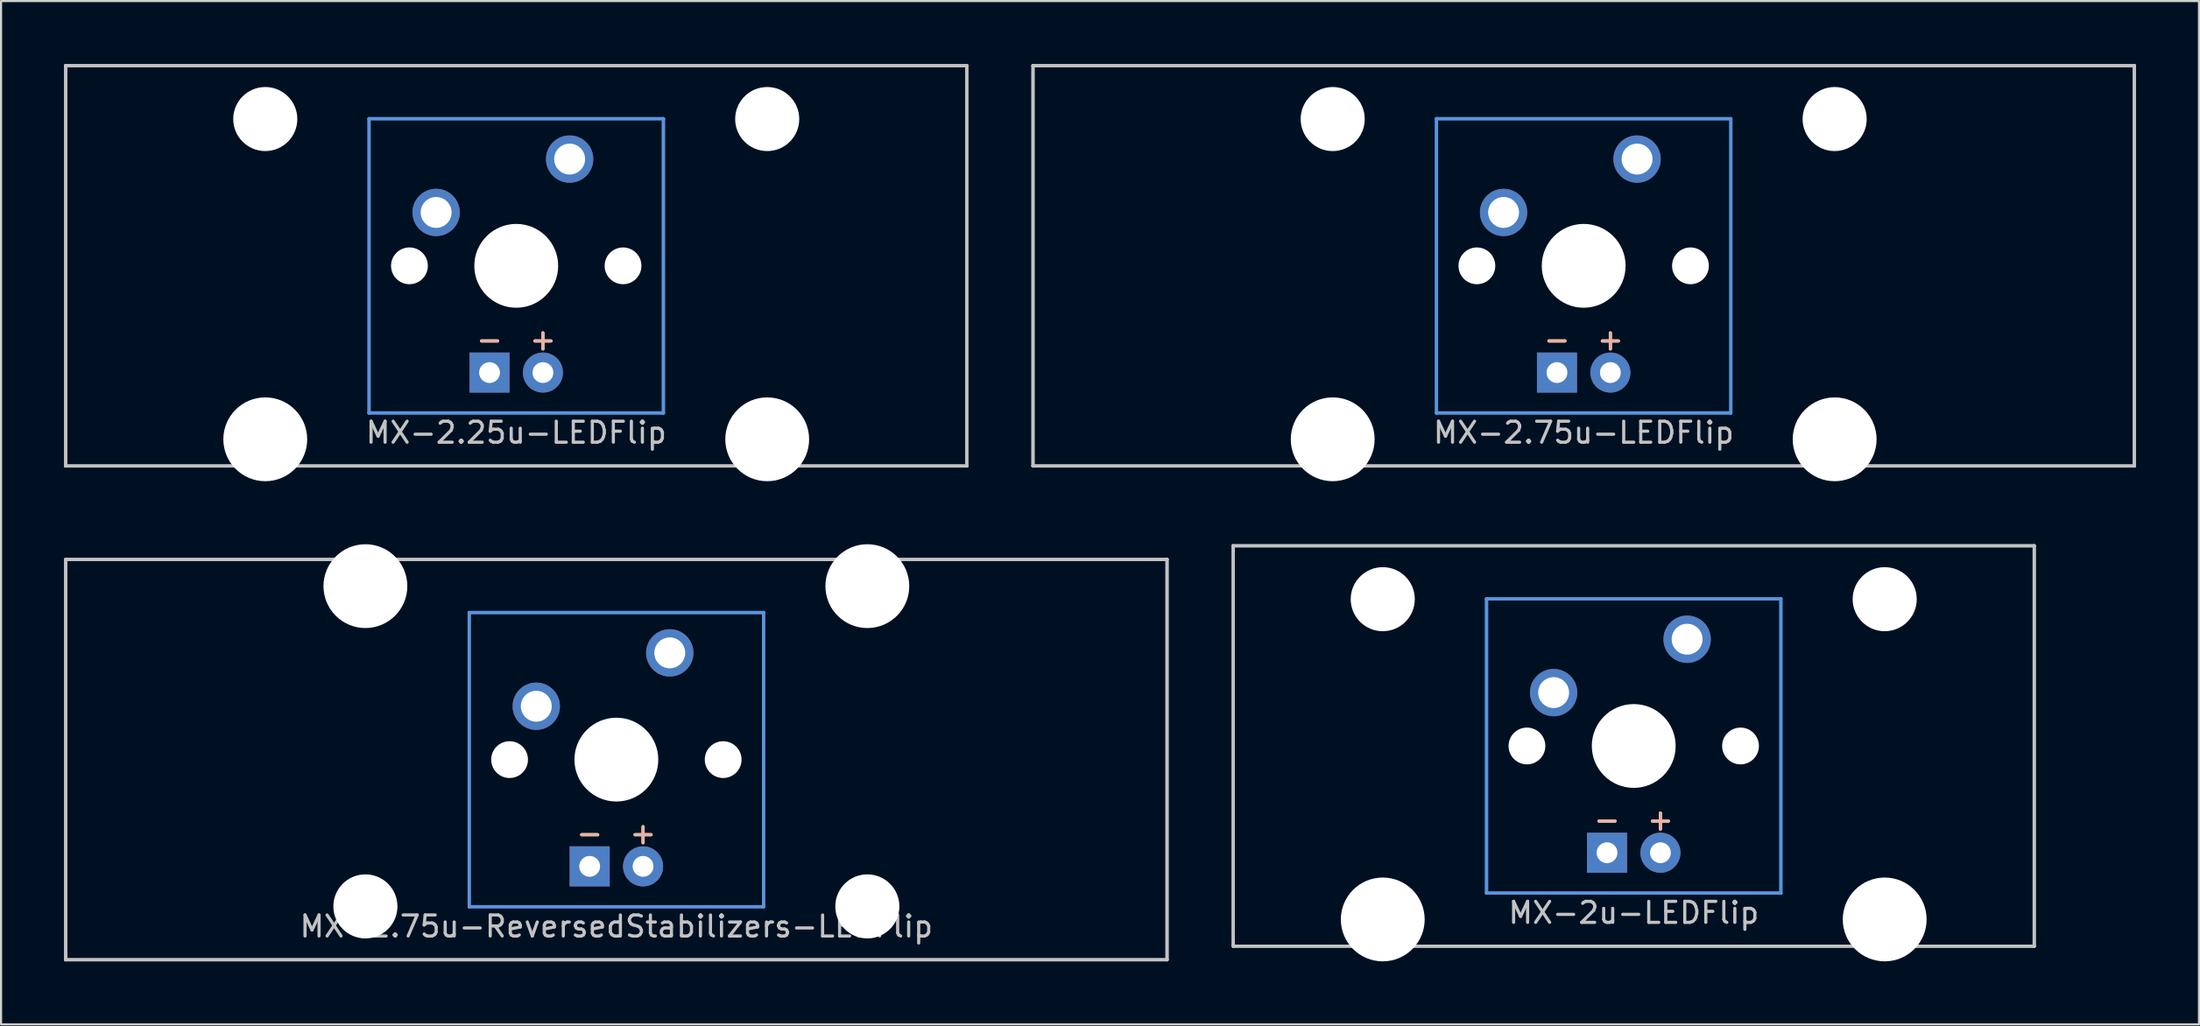
<source format=kicad_pcb>
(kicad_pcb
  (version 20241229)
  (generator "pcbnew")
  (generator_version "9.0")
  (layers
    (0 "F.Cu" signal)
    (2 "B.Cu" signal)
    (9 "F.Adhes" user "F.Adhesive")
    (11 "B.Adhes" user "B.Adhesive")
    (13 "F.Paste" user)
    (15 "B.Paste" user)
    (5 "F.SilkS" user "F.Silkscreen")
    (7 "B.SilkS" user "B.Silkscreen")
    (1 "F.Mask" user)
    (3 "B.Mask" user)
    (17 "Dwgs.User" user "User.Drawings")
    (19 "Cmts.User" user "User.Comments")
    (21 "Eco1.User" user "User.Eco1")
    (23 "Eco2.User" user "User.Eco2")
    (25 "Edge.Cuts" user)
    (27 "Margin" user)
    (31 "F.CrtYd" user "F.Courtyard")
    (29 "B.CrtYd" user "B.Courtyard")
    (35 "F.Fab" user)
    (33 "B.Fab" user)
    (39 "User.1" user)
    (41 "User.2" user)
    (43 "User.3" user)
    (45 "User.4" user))
  (footprint "MX-2.75u-ReversedStabilizers-LEDFlip"
    (layer "F.Cu")
    (at 26.269 33.098)
    (property "Reference" "MX-2.75u-ReversedStabilizers-LEDFlip" (at 0 7.938 0) (layer "Dwgs.User") (effects (font (size 1 1) (thickness 0.15))))
    (attr through_hole)
    (fp_line (start -26.194 -9.525) (end -26.194 -9.525) (stroke (width 0.15) (type solid)) (layer "Dwgs.User"))
    (fp_line (start -26.194 -9.525) (end -26.194 -9.525) (stroke (width 0.15) (type solid)) (layer "Dwgs.User"))
    (fp_line (start -26.194 -9.525) (end -26.194 9.525) (stroke (width 0.15) (type solid)) (layer "Dwgs.User"))
    (fp_line (start -26.194 -9.525) (end 26.194 -9.525) (stroke (width 0.15) (type solid)) (layer "Dwgs.User"))
    (fp_line (start -26.194 9.525) (end -26.194 -9.525) (stroke (width 0.15) (type solid)) (layer "Dwgs.User"))
    (fp_line (start -26.194 9.525) (end -26.194 9.525) (stroke (width 0.15) (type solid)) (layer "Dwgs.User"))
    (fp_line (start -26.194 9.525) (end -26.194 9.525) (stroke (width 0.15) (type solid)) (layer "Dwgs.User"))
    (fp_line (start -26.194 9.525) (end 26.194 9.525) (stroke (width 0.15) (type solid)) (layer "Dwgs.User"))
    (fp_line (start 26.194 -9.525) (end -26.194 -9.525) (stroke (width 0.15) (type solid)) (layer "Dwgs.User"))
    (fp_line (start 26.194 -9.525) (end 26.194 -9.525) (stroke (width 0.15) (type solid)) (layer "Dwgs.User"))
    (fp_line (start 26.194 -9.525) (end 26.194 -9.525) (stroke (width 0.15) (type solid)) (layer "Dwgs.User"))
    (fp_line (start 26.194 -9.525) (end 26.194 9.525) (stroke (width 0.15) (type solid)) (layer "Dwgs.User"))
    (fp_line (start 26.194 9.525) (end -26.194 9.525) (stroke (width 0.15) (type solid)) (layer "Dwgs.User"))
    (fp_line (start 26.194 9.525) (end 26.194 -9.525) (stroke (width 0.15) (type solid)) (layer "Dwgs.User"))
    (fp_line (start 26.194 9.525) (end 26.194 9.525) (stroke (width 0.15) (type solid)) (layer "Dwgs.User"))
    (fp_line (start 26.194 9.525) (end 26.194 9.525) (stroke (width 0.15) (type solid)) (layer "Dwgs.User"))
    (fp_line (start -7 -7) (end -7 -7) (stroke (width 0.15) (type solid)) (layer "Cmts.User"))
    (fp_line (start -7 -7) (end -7 -7) (stroke (width 0.15) (type solid)) (layer "Cmts.User"))
    (fp_line (start -7 -7) (end -7 7) (stroke (width 0.15) (type solid)) (layer "Cmts.User"))
    (fp_line (start -7 -7) (end 7 -7) (stroke (width 0.15) (type solid)) (layer "Cmts.User"))
    (fp_line (start -7 7) (end -7 -7) (stroke (width 0.15) (type solid)) (layer "Cmts.User"))
    (fp_line (start -7 7) (end -7 7) (stroke (width 0.15) (type solid)) (layer "Cmts.User"))
    (fp_line (start -7 7) (end -7 7) (stroke (width 0.15) (type solid)) (layer "Cmts.User"))
    (fp_line (start -7 7) (end 7 7) (stroke (width 0.15) (type solid)) (layer "Cmts.User"))
    (fp_line (start 7 -7) (end -7 -7) (stroke (width 0.15) (type solid)) (layer "Cmts.User"))
    (fp_line (start 7 -7) (end 7 -7) (stroke (width 0.15) (type solid)) (layer "Cmts.User"))
    (fp_line (start 7 -7) (end 7 -7) (stroke (width 0.15) (type solid)) (layer "Cmts.User"))
    (fp_line (start 7 -7) (end 7 7) (stroke (width 0.15) (type solid)) (layer "Cmts.User"))
    (fp_line (start 7 7) (end -7 7) (stroke (width 0.15) (type solid)) (layer "Cmts.User"))
    (fp_line (start 7 7) (end 7 -7) (stroke (width 0.15) (type solid)) (layer "Cmts.User"))
    (fp_line (start 7 7) (end 7 7) (stroke (width 0.15) (type solid)) (layer "Cmts.User"))
    (fp_line (start 7 7) (end 7 7) (stroke (width 0.15) (type solid)) (layer "Cmts.User"))
    (fp_text user "+" (at 1.27 3.5 0) (layer "F.SilkS") (effects (font (size 1 1) (thickness 0.15))))
    (fp_text user "-" (at -1.27 3.5 0) (layer "F.SilkS") (effects (font (size 1 1) (thickness 0.15))))
    (fp_text user "+" (at 1.27 3.5 0) (layer "B.SilkS") (effects (font (size 1 1) (thickness 0.15))))
    (fp_text user "-" (at -1.27 3.5 0) (layer "B.SilkS") (effects (font (size 1 1) (thickness 0.15))))
    (pad "" np_thru_hole circle (at -11.938 -8.255) (size 3.988 3.988) (drill 3.988) (layers "*.Cu" "*.Mask"))
    (pad "" np_thru_hole circle (at -11.938 6.985) (size 3.048 3.048) (drill 3.048) (layers "*.Cu" "*.Mask"))
    (pad "" np_thru_hole circle (at -5.08 0) (size 1.75 1.75) (drill 1.75) (layers "*.Cu" "*.Mask"))
    (pad "" np_thru_hole circle (at 0 0) (size 3.988 3.988) (drill 3.988) (layers "*.Cu" "*.Mask"))
    (pad "" np_thru_hole circle (at 5.08 0) (size 1.75 1.75) (drill 1.75) (layers "*.Cu" "*.Mask"))
    (pad "" np_thru_hole circle (at 11.938 -8.255) (size 3.988 3.988) (drill 3.988) (layers "*.Cu" "*.Mask"))
    (pad "" np_thru_hole circle (at 11.938 6.985) (size 3.048 3.048) (drill 3.048) (layers "*.Cu" "*.Mask"))
    (pad "1" thru_hole circle (at -3.81 -2.54) (size 2.25 2.25) (drill 1.47) (layers "*.Cu" "*.Mask"))
    (pad "2" thru_hole circle (at 2.54 -5.08) (size 2.25 2.25) (drill 1.47) (layers "*.Cu" "*.Mask"))
    (pad "3" thru_hole circle (at 1.27 5.08) (size 1.905 1.905) (drill 0.991) (layers "*.Cu" "*.Mask"))
    (pad "4" thru_hole rect (at -1.27 5.08) (size 1.905 1.905) (drill 0.991) (layers "*.Cu" "*.Mask")))
  (footprint "MX-2.75u-LEDFlip"
    (layer "F.Cu")
    (at 72.281 9.6)
    (property "Reference" "MX-2.75u-LEDFlip" (at 0 7.938 0) (layer "Dwgs.User") (effects (font (size 1 1) (thickness 0.15))))
    (attr through_hole)
    (fp_line (start -26.194 -9.525) (end -26.194 -9.525) (stroke (width 0.15) (type solid)) (layer "Dwgs.User"))
    (fp_line (start -26.194 -9.525) (end -26.194 -9.525) (stroke (width 0.15) (type solid)) (layer "Dwgs.User"))
    (fp_line (start -26.194 -9.525) (end -26.194 9.525) (stroke (width 0.15) (type solid)) (layer "Dwgs.User"))
    (fp_line (start -26.194 -9.525) (end 26.194 -9.525) (stroke (width 0.15) (type solid)) (layer "Dwgs.User"))
    (fp_line (start -26.194 9.525) (end -26.194 -9.525) (stroke (width 0.15) (type solid)) (layer "Dwgs.User"))
    (fp_line (start -26.194 9.525) (end -26.194 9.525) (stroke (width 0.15) (type solid)) (layer "Dwgs.User"))
    (fp_line (start -26.194 9.525) (end -26.194 9.525) (stroke (width 0.15) (type solid)) (layer "Dwgs.User"))
    (fp_line (start -26.194 9.525) (end 26.194 9.525) (stroke (width 0.15) (type solid)) (layer "Dwgs.User"))
    (fp_line (start 26.194 -9.525) (end -26.194 -9.525) (stroke (width 0.15) (type solid)) (layer "Dwgs.User"))
    (fp_line (start 26.194 -9.525) (end 26.194 -9.525) (stroke (width 0.15) (type solid)) (layer "Dwgs.User"))
    (fp_line (start 26.194 -9.525) (end 26.194 -9.525) (stroke (width 0.15) (type solid)) (layer "Dwgs.User"))
    (fp_line (start 26.194 -9.525) (end 26.194 9.525) (stroke (width 0.15) (type solid)) (layer "Dwgs.User"))
    (fp_line (start 26.194 9.525) (end -26.194 9.525) (stroke (width 0.15) (type solid)) (layer "Dwgs.User"))
    (fp_line (start 26.194 9.525) (end 26.194 -9.525) (stroke (width 0.15) (type solid)) (layer "Dwgs.User"))
    (fp_line (start 26.194 9.525) (end 26.194 9.525) (stroke (width 0.15) (type solid)) (layer "Dwgs.User"))
    (fp_line (start 26.194 9.525) (end 26.194 9.525) (stroke (width 0.15) (type solid)) (layer "Dwgs.User"))
    (fp_line (start -7 -7) (end -7 -7) (stroke (width 0.15) (type solid)) (layer "Cmts.User"))
    (fp_line (start -7 -7) (end -7 -7) (stroke (width 0.15) (type solid)) (layer "Cmts.User"))
    (fp_line (start -7 -7) (end -7 7) (stroke (width 0.15) (type solid)) (layer "Cmts.User"))
    (fp_line (start -7 -7) (end 7 -7) (stroke (width 0.15) (type solid)) (layer "Cmts.User"))
    (fp_line (start -7 7) (end -7 -7) (stroke (width 0.15) (type solid)) (layer "Cmts.User"))
    (fp_line (start -7 7) (end -7 7) (stroke (width 0.15) (type solid)) (layer "Cmts.User"))
    (fp_line (start -7 7) (end -7 7) (stroke (width 0.15) (type solid)) (layer "Cmts.User"))
    (fp_line (start -7 7) (end 7 7) (stroke (width 0.15) (type solid)) (layer "Cmts.User"))
    (fp_line (start 7 -7) (end -7 -7) (stroke (width 0.15) (type solid)) (layer "Cmts.User"))
    (fp_line (start 7 -7) (end 7 -7) (stroke (width 0.15) (type solid)) (layer "Cmts.User"))
    (fp_line (start 7 -7) (end 7 -7) (stroke (width 0.15) (type solid)) (layer "Cmts.User"))
    (fp_line (start 7 -7) (end 7 7) (stroke (width 0.15) (type solid)) (layer "Cmts.User"))
    (fp_line (start 7 7) (end -7 7) (stroke (width 0.15) (type solid)) (layer "Cmts.User"))
    (fp_line (start 7 7) (end 7 -7) (stroke (width 0.15) (type solid)) (layer "Cmts.User"))
    (fp_line (start 7 7) (end 7 7) (stroke (width 0.15) (type solid)) (layer "Cmts.User"))
    (fp_line (start 7 7) (end 7 7) (stroke (width 0.15) (type solid)) (layer "Cmts.User"))
    (fp_text user "-" (at -1.27 3.5 0) (layer "F.SilkS") (effects (font (size 1 1) (thickness 0.15))))
    (fp_text user "+" (at 1.27 3.5 0) (layer "F.SilkS") (effects (font (size 1 1) (thickness 0.15))))
    (fp_text user "+" (at 1.27 3.5 0) (layer "B.SilkS") (effects (font (size 1 1) (thickness 0.15))))
    (fp_text user "-" (at -1.27 3.5 0) (layer "B.SilkS") (effects (font (size 1 1) (thickness 0.15))))
    (pad "" np_thru_hole circle (at -11.938 -6.985) (size 3.048 3.048) (drill 3.048) (layers "*.Cu" "*.Mask"))
    (pad "" np_thru_hole circle (at -11.938 8.255) (size 3.988 3.988) (drill 3.988) (layers "*.Cu" "*.Mask"))
    (pad "" np_thru_hole circle (at -5.08 0) (size 1.75 1.75) (drill 1.75) (layers "*.Cu" "*.Mask"))
    (pad "" np_thru_hole circle (at 0 0) (size 3.988 3.988) (drill 3.988) (layers "*.Cu" "*.Mask"))
    (pad "" np_thru_hole circle (at 5.08 0) (size 1.75 1.75) (drill 1.75) (layers "*.Cu" "*.Mask"))
    (pad "" np_thru_hole circle (at 11.938 -6.985) (size 3.048 3.048) (drill 3.048) (layers "*.Cu" "*.Mask"))
    (pad "" np_thru_hole circle (at 11.938 8.255) (size 3.988 3.988) (drill 3.988) (layers "*.Cu" "*.Mask"))
    (pad "1" thru_hole circle (at -3.81 -2.54) (size 2.25 2.25) (drill 1.47) (layers "*.Cu" "*.Mask"))
    (pad "2" thru_hole circle (at 2.54 -5.08) (size 2.25 2.25) (drill 1.47) (layers "*.Cu" "*.Mask"))
    (pad "3" thru_hole circle (at 1.27 5.08) (size 1.905 1.905) (drill 0.991) (layers "*.Cu" "*.Mask"))
    (pad "4" thru_hole rect (at -1.27 5.08) (size 1.905 1.905) (drill 0.991) (layers "*.Cu" "*.Mask")))
  (footprint "MX-2.25u-LEDFlip"
    (layer "F.Cu")
    (at 21.506 9.6)
    (property "Reference" "MX-2.25u-LEDFlip" (at 0 7.938 0) (layer "Dwgs.User") (effects (font (size 1 1) (thickness 0.15))))
    (attr through_hole)
    (fp_line (start -21.431 -9.525) (end -21.431 -9.525) (stroke (width 0.15) (type solid)) (layer "Dwgs.User"))
    (fp_line (start -21.431 -9.525) (end -21.431 -9.525) (stroke (width 0.15) (type solid)) (layer "Dwgs.User"))
    (fp_line (start -21.431 -9.525) (end -21.431 9.525) (stroke (width 0.15) (type solid)) (layer "Dwgs.User"))
    (fp_line (start -21.431 -9.525) (end 21.431 -9.525) (stroke (width 0.15) (type solid)) (layer "Dwgs.User"))
    (fp_line (start -21.431 9.525) (end -21.431 -9.525) (stroke (width 0.15) (type solid)) (layer "Dwgs.User"))
    (fp_line (start -21.431 9.525) (end -21.431 9.525) (stroke (width 0.15) (type solid)) (layer "Dwgs.User"))
    (fp_line (start -21.431 9.525) (end -21.431 9.525) (stroke (width 0.15) (type solid)) (layer "Dwgs.User"))
    (fp_line (start -21.431 9.525) (end 21.431 9.525) (stroke (width 0.15) (type solid)) (layer "Dwgs.User"))
    (fp_line (start 21.431 -9.525) (end -21.431 -9.525) (stroke (width 0.15) (type solid)) (layer "Dwgs.User"))
    (fp_line (start 21.431 -9.525) (end 21.431 -9.525) (stroke (width 0.15) (type solid)) (layer "Dwgs.User"))
    (fp_line (start 21.431 -9.525) (end 21.431 -9.525) (stroke (width 0.15) (type solid)) (layer "Dwgs.User"))
    (fp_line (start 21.431 -9.525) (end 21.431 9.525) (stroke (width 0.15) (type solid)) (layer "Dwgs.User"))
    (fp_line (start 21.431 9.525) (end -21.431 9.525) (stroke (width 0.15) (type solid)) (layer "Dwgs.User"))
    (fp_line (start 21.431 9.525) (end 21.431 -9.525) (stroke (width 0.15) (type solid)) (layer "Dwgs.User"))
    (fp_line (start 21.431 9.525) (end 21.431 9.525) (stroke (width 0.15) (type solid)) (layer "Dwgs.User"))
    (fp_line (start 21.431 9.525) (end 21.431 9.525) (stroke (width 0.15) (type solid)) (layer "Dwgs.User"))
    (fp_line (start -7 -7) (end -7 -7) (stroke (width 0.15) (type solid)) (layer "Cmts.User"))
    (fp_line (start -7 -7) (end -7 -7) (stroke (width 0.15) (type solid)) (layer "Cmts.User"))
    (fp_line (start -7 -7) (end -7 7) (stroke (width 0.15) (type solid)) (layer "Cmts.User"))
    (fp_line (start -7 -7) (end 7 -7) (stroke (width 0.15) (type solid)) (layer "Cmts.User"))
    (fp_line (start -7 7) (end -7 -7) (stroke (width 0.15) (type solid)) (layer "Cmts.User"))
    (fp_line (start -7 7) (end -7 7) (stroke (width 0.15) (type solid)) (layer "Cmts.User"))
    (fp_line (start -7 7) (end -7 7) (stroke (width 0.15) (type solid)) (layer "Cmts.User"))
    (fp_line (start -7 7) (end 7 7) (stroke (width 0.15) (type solid)) (layer "Cmts.User"))
    (fp_line (start 7 -7) (end -7 -7) (stroke (width 0.15) (type solid)) (layer "Cmts.User"))
    (fp_line (start 7 -7) (end 7 -7) (stroke (width 0.15) (type solid)) (layer "Cmts.User"))
    (fp_line (start 7 -7) (end 7 -7) (stroke (width 0.15) (type solid)) (layer "Cmts.User"))
    (fp_line (start 7 -7) (end 7 7) (stroke (width 0.15) (type solid)) (layer "Cmts.User"))
    (fp_line (start 7 7) (end -7 7) (stroke (width 0.15) (type solid)) (layer "Cmts.User"))
    (fp_line (start 7 7) (end 7 -7) (stroke (width 0.15) (type solid)) (layer "Cmts.User"))
    (fp_line (start 7 7) (end 7 7) (stroke (width 0.15) (type solid)) (layer "Cmts.User"))
    (fp_line (start 7 7) (end 7 7) (stroke (width 0.15) (type solid)) (layer "Cmts.User"))
    (fp_text user "+" (at 1.27 3.5 0) (layer "F.SilkS") (effects (font (size 1 1) (thickness 0.15))))
    (fp_text user "-" (at -1.27 3.5 0) (layer "F.SilkS") (effects (font (size 1 1) (thickness 0.15))))
    (fp_text user "-" (at -1.27 3.5 0) (layer "B.SilkS") (effects (font (size 1 1) (thickness 0.15))))
    (fp_text user "+" (at 1.27 3.5 0) (layer "B.SilkS") (effects (font (size 1 1) (thickness 0.15))))
    (pad "" np_thru_hole circle (at -11.938 -6.985) (size 3.048 3.048) (drill 3.048) (layers "*.Cu" "*.Mask"))
    (pad "" np_thru_hole circle (at -11.938 8.255) (size 3.988 3.988) (drill 3.988) (layers "*.Cu" "*.Mask"))
    (pad "" np_thru_hole circle (at -5.08 0) (size 1.75 1.75) (drill 1.75) (layers "*.Cu" "*.Mask"))
    (pad "" np_thru_hole circle (at 0 0) (size 3.988 3.988) (drill 3.988) (layers "*.Cu" "*.Mask"))
    (pad "" np_thru_hole circle (at 5.08 0) (size 1.75 1.75) (drill 1.75) (layers "*.Cu" "*.Mask"))
    (pad "" np_thru_hole circle (at 11.938 -6.985) (size 3.048 3.048) (drill 3.048) (layers "*.Cu" "*.Mask"))
    (pad "" np_thru_hole circle (at 11.938 8.255) (size 3.988 3.988) (drill 3.988) (layers "*.Cu" "*.Mask"))
    (pad "1" thru_hole circle (at -3.81 -2.54) (size 2.25 2.25) (drill 1.47) (layers "*.Cu" "*.Mask"))
    (pad "2" thru_hole circle (at 2.54 -5.08) (size 2.25 2.25) (drill 1.47) (layers "*.Cu" "*.Mask"))
    (pad "3" thru_hole circle (at 1.27 5.08) (size 1.905 1.905) (drill 0.991) (layers "*.Cu" "*.Mask"))
    (pad "4" thru_hole rect (at -1.27 5.08) (size 1.905 1.905) (drill 0.991) (layers "*.Cu" "*.Mask")))
  (footprint "MX-2u-LEDFlip"
    (layer "F.Cu")
    (at 74.662 32.449)
    (property "Reference" "MX-2u-LEDFlip" (at 0 7.938 0) (layer "Dwgs.User") (effects (font (size 1 1) (thickness 0.15))))
    (attr through_hole)
    (fp_line (start -19.05 -9.525) (end -19.05 -9.525) (stroke (width 0.15) (type solid)) (layer "Dwgs.User"))
    (fp_line (start -19.05 -9.525) (end -19.05 -9.525) (stroke (width 0.15) (type solid)) (layer "Dwgs.User"))
    (fp_line (start -19.05 -9.525) (end -19.05 9.525) (stroke (width 0.15) (type solid)) (layer "Dwgs.User"))
    (fp_line (start -19.05 -9.525) (end 19.05 -9.525) (stroke (width 0.15) (type solid)) (layer "Dwgs.User"))
    (fp_line (start -19.05 9.525) (end -19.05 -9.525) (stroke (width 0.15) (type solid)) (layer "Dwgs.User"))
    (fp_line (start -19.05 9.525) (end -19.05 9.525) (stroke (width 0.15) (type solid)) (layer "Dwgs.User"))
    (fp_line (start -19.05 9.525) (end -19.05 9.525) (stroke (width 0.15) (type solid)) (layer "Dwgs.User"))
    (fp_line (start -19.05 9.525) (end 19.05 9.525) (stroke (width 0.15) (type solid)) (layer "Dwgs.User"))
    (fp_line (start 19.05 -9.525) (end -19.05 -9.525) (stroke (width 0.15) (type solid)) (layer "Dwgs.User"))
    (fp_line (start 19.05 -9.525) (end 19.05 -9.525) (stroke (width 0.15) (type solid)) (layer "Dwgs.User"))
    (fp_line (start 19.05 -9.525) (end 19.05 -9.525) (stroke (width 0.15) (type solid)) (layer "Dwgs.User"))
    (fp_line (start 19.05 -9.525) (end 19.05 9.525) (stroke (width 0.15) (type solid)) (layer "Dwgs.User"))
    (fp_line (start 19.05 9.525) (end -19.05 9.525) (stroke (width 0.15) (type solid)) (layer "Dwgs.User"))
    (fp_line (start 19.05 9.525) (end 19.05 -9.525) (stroke (width 0.15) (type solid)) (layer "Dwgs.User"))
    (fp_line (start 19.05 9.525) (end 19.05 9.525) (stroke (width 0.15) (type solid)) (layer "Dwgs.User"))
    (fp_line (start 19.05 9.525) (end 19.05 9.525) (stroke (width 0.15) (type solid)) (layer "Dwgs.User"))
    (fp_line (start -7 -7) (end -7 -7) (stroke (width 0.15) (type solid)) (layer "Cmts.User"))
    (fp_line (start -7 -7) (end -7 -7) (stroke (width 0.15) (type solid)) (layer "Cmts.User"))
    (fp_line (start -7 -7) (end -7 7) (stroke (width 0.15) (type solid)) (layer "Cmts.User"))
    (fp_line (start -7 -7) (end 7 -7) (stroke (width 0.15) (type solid)) (layer "Cmts.User"))
    (fp_line (start -7 7) (end -7 -7) (stroke (width 0.15) (type solid)) (layer "Cmts.User"))
    (fp_line (start -7 7) (end -7 7) (stroke (width 0.15) (type solid)) (layer "Cmts.User"))
    (fp_line (start -7 7) (end -7 7) (stroke (width 0.15) (type solid)) (layer "Cmts.User"))
    (fp_line (start -7 7) (end 7 7) (stroke (width 0.15) (type solid)) (layer "Cmts.User"))
    (fp_line (start 7 -7) (end -7 -7) (stroke (width 0.15) (type solid)) (layer "Cmts.User"))
    (fp_line (start 7 -7) (end 7 -7) (stroke (width 0.15) (type solid)) (layer "Cmts.User"))
    (fp_line (start 7 -7) (end 7 -7) (stroke (width 0.15) (type solid)) (layer "Cmts.User"))
    (fp_line (start 7 -7) (end 7 7) (stroke (width 0.15) (type solid)) (layer "Cmts.User"))
    (fp_line (start 7 7) (end -7 7) (stroke (width 0.15) (type solid)) (layer "Cmts.User"))
    (fp_line (start 7 7) (end 7 -7) (stroke (width 0.15) (type solid)) (layer "Cmts.User"))
    (fp_line (start 7 7) (end 7 7) (stroke (width 0.15) (type solid)) (layer "Cmts.User"))
    (fp_line (start 7 7) (end 7 7) (stroke (width 0.15) (type solid)) (layer "Cmts.User"))
    (fp_text user "-" (at -1.27 3.5 0) (layer "F.SilkS") (effects (font (size 1 1) (thickness 0.15))))
    (fp_text user "+" (at 1.27 3.5 0) (layer "F.SilkS") (effects (font (size 1 1) (thickness 0.15))))
    (fp_text user "+" (at 1.27 3.5 0) (layer "B.SilkS") (effects (font (size 1 1) (thickness 0.15))))
    (fp_text user "-" (at -1.27 3.5 0) (layer "B.SilkS") (effects (font (size 1 1) (thickness 0.15))))
    (pad "" np_thru_hole circle (at -11.938 -6.985) (size 3.048 3.048) (drill 3.048) (layers "*.Cu" "*.Mask"))
    (pad "" np_thru_hole circle (at -11.938 8.255) (size 3.988 3.988) (drill 3.988) (layers "*.Cu" "*.Mask"))
    (pad "" np_thru_hole circle (at -5.08 0) (size 1.75 1.75) (drill 1.75) (layers "*.Cu" "*.Mask"))
    (pad "" np_thru_hole circle (at 0 0) (size 3.988 3.988) (drill 3.988) (layers "*.Cu" "*.Mask"))
    (pad "" np_thru_hole circle (at 5.08 0) (size 1.75 1.75) (drill 1.75) (layers "*.Cu" "*.Mask"))
    (pad "" np_thru_hole circle (at 11.938 -6.985) (size 3.048 3.048) (drill 3.048) (layers "*.Cu" "*.Mask"))
    (pad "" np_thru_hole circle (at 11.938 8.255) (size 3.988 3.988) (drill 3.988) (layers "*.Cu" "*.Mask"))
    (pad "1" thru_hole circle (at -3.81 -2.54) (size 2.25 2.25) (drill 1.47) (layers "*.Cu" "*.Mask"))
    (pad "2" thru_hole circle (at 2.54 -5.08) (size 2.25 2.25) (drill 1.47) (layers "*.Cu" "*.Mask"))
    (pad "3" thru_hole circle (at 1.27 5.08) (size 1.905 1.905) (drill 0.991) (layers "*.Cu" "*.Mask"))
    (pad "4" thru_hole rect (at -1.27 5.08) (size 1.905 1.905) (drill 0.991) (layers "*.Cu" "*.Mask")))
  (gr_rect
    (start -3 -3)
    (end 101.55 45.698)
    (stroke (width 0.1) (type default))
    (fill no)
    (layer "Edge.Cuts")))
</source>
